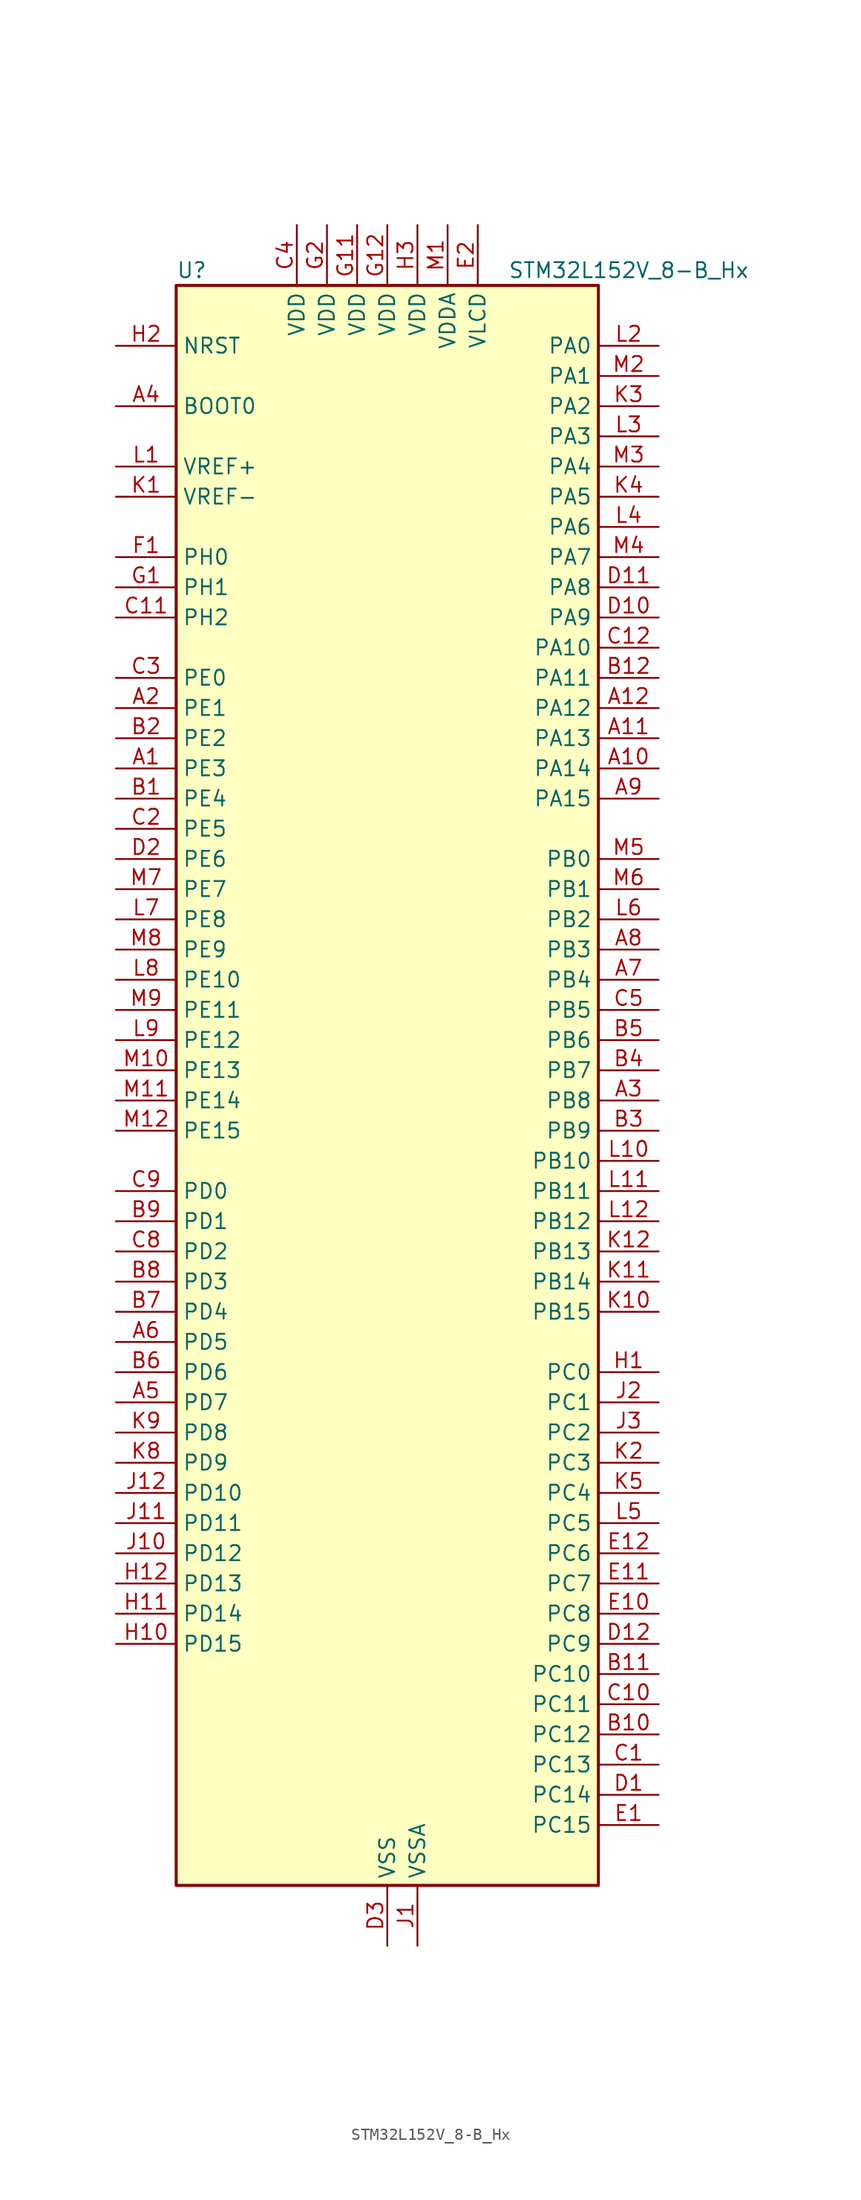
<source format=kicad_sym>
(kicad_symbol_lib
  (version 20241209)
  (generator "kicad_symbol_editor")
  (generator_version "9.0")
  (symbol "STM32L152V_8-B_Hx"
    (property "Reference" "U"
      (at -17.78 69.85 0)
      (effects (font (size 1.27 1.27)) (justify left)))
    (property "Value" "STM32L152V_8-B_Hx"
      (at 10.16 69.85 0)
      (effects (font (size 1.27 1.27)) (justify left)))
    (symbol "STM32L152V_8-B_Hx_0_1"
      (rectangle (start -17.78 -66.04) (end 17.78 68.58) (stroke (width 0.254) (type default)) (fill (type background))))
    (symbol "STM32L152V_8-B_Hx_1_1"
      (pin input line (at -22.86 63.5 0) (length 5.08) (name "NRST" (effects (font (size 1.27 1.27)))) (number "H2" (effects (font (size 1.27 1.27)))))
      (pin input line (at -22.86 58.42 0) (length 5.08) (name "BOOT0" (effects (font (size 1.27 1.27)))) (number "A4" (effects (font (size 1.27 1.27)))))
      (pin input line (at -22.86 53.34 0) (length 5.08) (name "VREF+" (effects (font (size 1.27 1.27)))) (number "L1" (effects (font (size 1.27 1.27)))))
      (pin input line (at -22.86 50.8 0) (length 5.08) (name "VREF-" (effects (font (size 1.27 1.27)))) (number "K1" (effects (font (size 1.27 1.27)))))
      (pin bidirectional line (at -22.86 45.72 0) (length 5.08) (name "PH0" (effects (font (size 1.27 1.27)))) (number "F1" (effects (font (size 1.27 1.27)))) (alternate "RCC_OSC_IN" bidirectional line))
      (pin bidirectional line (at -22.86 43.18 0) (length 5.08) (name "PH1" (effects (font (size 1.27 1.27)))) (number "G1" (effects (font (size 1.27 1.27)))) (alternate "RCC_OSC_OUT" bidirectional line))
      (pin bidirectional line (at -22.86 40.64 0) (length 5.08) (name "PH2" (effects (font (size 1.27 1.27)))) (number "C11" (effects (font (size 1.27 1.27)))))
      (pin bidirectional line (at -22.86 35.56 0) (length 5.08) (name "PE0" (effects (font (size 1.27 1.27)))) (number "C3" (effects (font (size 1.27 1.27)))) (alternate "LCD_SEG36" bidirectional line) (alternate "TIM10_CH1" bidirectional line) (alternate "TIM4_ETR" bidirectional line) (alternate "TIMX_IC1" bidirectional line))
      (pin bidirectional line (at -22.86 33.02 0) (length 5.08) (name "PE1" (effects (font (size 1.27 1.27)))) (number "A2" (effects (font (size 1.27 1.27)))) (alternate "LCD_SEG37" bidirectional line) (alternate "TIM11_CH1" bidirectional line) (alternate "TIMX_IC2" bidirectional line))
      (pin bidirectional line (at -22.86 30.48 0) (length 5.08) (name "PE2" (effects (font (size 1.27 1.27)))) (number "B2" (effects (font (size 1.27 1.27)))) (alternate "LCD_SEG38" bidirectional line) (alternate "SYS_TRACECK" bidirectional line) (alternate "TIM3_ETR" bidirectional line) (alternate "TIMX_IC3" bidirectional line))
      (pin bidirectional line (at -22.86 27.94 0) (length 5.08) (name "PE3" (effects (font (size 1.27 1.27)))) (number "A1" (effects (font (size 1.27 1.27)))) (alternate "LCD_SEG39" bidirectional line) (alternate "SYS_TRACED0" bidirectional line) (alternate "TIM3_CH1" bidirectional line) (alternate "TIMX_IC4" bidirectional line))
      (pin bidirectional line (at -22.86 25.4 0) (length 5.08) (name "PE4" (effects (font (size 1.27 1.27)))) (number "B1" (effects (font (size 1.27 1.27)))) (alternate "SYS_TRACED1" bidirectional line) (alternate "TIM3_CH2" bidirectional line) (alternate "TIMX_IC1" bidirectional line))
      (pin bidirectional line (at -22.86 22.86 0) (length 5.08) (name "PE5" (effects (font (size 1.27 1.27)))) (number "C2" (effects (font (size 1.27 1.27)))) (alternate "SYS_TRACED2" bidirectional line) (alternate "TIM9_CH1" bidirectional line) (alternate "TIMX_IC2" bidirectional line))
      (pin bidirectional line (at -22.86 20.32 0) (length 5.08) (name "PE6" (effects (font (size 1.27 1.27)))) (number "D2" (effects (font (size 1.27 1.27)))) (alternate "SYS_TRACED3" bidirectional line) (alternate "SYS_WKUP3" bidirectional line) (alternate "TIM9_CH2" bidirectional line) (alternate "TIMX_IC3" bidirectional line))
      (pin bidirectional line (at -22.86 17.78 0) (length 5.08) (name "PE7" (effects (font (size 1.27 1.27)))) (number "M7" (effects (font (size 1.27 1.27)))) (alternate "ADC_IN22" bidirectional line) (alternate "COMP1_INP" bidirectional line) (alternate "TIMX_IC4" bidirectional line))
      (pin bidirectional line (at -22.86 15.24 0) (length 5.08) (name "PE8" (effects (font (size 1.27 1.27)))) (number "L7" (effects (font (size 1.27 1.27)))) (alternate "ADC_IN23" bidirectional line) (alternate "COMP1_INP" bidirectional line) (alternate "TIMX_IC1" bidirectional line))
      (pin bidirectional line (at -22.86 12.7 0) (length 5.08) (name "PE9" (effects (font (size 1.27 1.27)))) (number "M8" (effects (font (size 1.27 1.27)))) (alternate "ADC_IN24" bidirectional line) (alternate "COMP1_INP" bidirectional line) (alternate "DAC_EXTI9" bidirectional line) (alternate "TIM2_CH1" bidirectional line) (alternate "TIM2_ETR" bidirectional line) (alternate "TIMX_IC2" bidirectional line))
      (pin bidirectional line (at -22.86 10.16 0) (length 5.08) (name "PE10" (effects (font (size 1.27 1.27)))) (number "L8" (effects (font (size 1.27 1.27)))) (alternate "ADC_IN25" bidirectional line) (alternate "COMP1_INP" bidirectional line) (alternate "TIM2_CH2" bidirectional line) (alternate "TIMX_IC3" bidirectional line))
      (pin bidirectional line (at -22.86 7.62 0) (length 5.08) (name "PE11" (effects (font (size 1.27 1.27)))) (number "M9" (effects (font (size 1.27 1.27)))) (alternate "ADC_EXTI11" bidirectional line) (alternate "TIM2_CH3" bidirectional line) (alternate "TIMX_IC4" bidirectional line))
      (pin bidirectional line (at -22.86 5.08 0) (length 5.08) (name "PE12" (effects (font (size 1.27 1.27)))) (number "L9" (effects (font (size 1.27 1.27)))) (alternate "SPI1_NSS" bidirectional line) (alternate "TIM2_CH4" bidirectional line) (alternate "TIMX_IC1" bidirectional line))
      (pin bidirectional line (at -22.86 2.54 0) (length 5.08) (name "PE13" (effects (font (size 1.27 1.27)))) (number "M10" (effects (font (size 1.27 1.27)))) (alternate "SPI1_SCK" bidirectional line) (alternate "TIMX_IC2" bidirectional line))
      (pin bidirectional line (at -22.86 0 0) (length 5.08) (name "PE14" (effects (font (size 1.27 1.27)))) (number "M11" (effects (font (size 1.27 1.27)))) (alternate "SPI1_MISO" bidirectional line) (alternate "TIMX_IC3" bidirectional line))
      (pin bidirectional line (at -22.86 -2.54 0) (length 5.08) (name "PE15" (effects (font (size 1.27 1.27)))) (number "M12" (effects (font (size 1.27 1.27)))) (alternate "ADC_EXTI15" bidirectional line) (alternate "SPI1_MOSI" bidirectional line) (alternate "TIMX_IC4" bidirectional line))
      (pin bidirectional line (at -22.86 -7.62 0) (length 5.08) (name "PD0" (effects (font (size 1.27 1.27)))) (number "C9" (effects (font (size 1.27 1.27)))) (alternate "SPI2_NSS" bidirectional line) (alternate "TIM9_CH1" bidirectional line) (alternate "TIMX_IC1" bidirectional line))
      (pin bidirectional line (at -22.86 -10.16 0) (length 5.08) (name "PD1" (effects (font (size 1.27 1.27)))) (number "B9" (effects (font (size 1.27 1.27)))) (alternate "SPI2_SCK" bidirectional line) (alternate "TIMX_IC2" bidirectional line))
      (pin bidirectional line (at -22.86 -12.7 0) (length 5.08) (name "PD2" (effects (font (size 1.27 1.27)))) (number "C8" (effects (font (size 1.27 1.27)))) (alternate "LCD_COM7" bidirectional line) (alternate "LCD_SEG31" bidirectional line) (alternate "LCD_SEG43" bidirectional line) (alternate "TIM3_ETR" bidirectional line) (alternate "TIMX_IC3" bidirectional line))
      (pin bidirectional line (at -22.86 -15.24 0) (length 5.08) (name "PD3" (effects (font (size 1.27 1.27)))) (number "B8" (effects (font (size 1.27 1.27)))) (alternate "SPI2_MISO" bidirectional line) (alternate "TIMX_IC4" bidirectional line) (alternate "USART2_CTS" bidirectional line))
      (pin bidirectional line (at -22.86 -17.78 0) (length 5.08) (name "PD4" (effects (font (size 1.27 1.27)))) (number "B7" (effects (font (size 1.27 1.27)))) (alternate "SPI2_MOSI" bidirectional line) (alternate "TIMX_IC1" bidirectional line) (alternate "USART2_RTS" bidirectional line))
      (pin bidirectional line (at -22.86 -20.32 0) (length 5.08) (name "PD5" (effects (font (size 1.27 1.27)))) (number "A6" (effects (font (size 1.27 1.27)))) (alternate "TIMX_IC2" bidirectional line) (alternate "USART2_TX" bidirectional line))
      (pin bidirectional line (at -22.86 -22.86 0) (length 5.08) (name "PD6" (effects (font (size 1.27 1.27)))) (number "B6" (effects (font (size 1.27 1.27)))) (alternate "TIMX_IC3" bidirectional line) (alternate "USART2_RX" bidirectional line))
      (pin bidirectional line (at -22.86 -25.4 0) (length 5.08) (name "PD7" (effects (font (size 1.27 1.27)))) (number "A5" (effects (font (size 1.27 1.27)))) (alternate "TIM9_CH2" bidirectional line) (alternate "TIMX_IC4" bidirectional line) (alternate "USART2_CK" bidirectional line))
      (pin bidirectional line (at -22.86 -27.94 0) (length 5.08) (name "PD8" (effects (font (size 1.27 1.27)))) (number "K9" (effects (font (size 1.27 1.27)))) (alternate "LCD_SEG28" bidirectional line) (alternate "TIMX_IC1" bidirectional line) (alternate "USART3_TX" bidirectional line))
      (pin bidirectional line (at -22.86 -30.48 0) (length 5.08) (name "PD9" (effects (font (size 1.27 1.27)))) (number "K8" (effects (font (size 1.27 1.27)))) (alternate "DAC_EXTI9" bidirectional line) (alternate "LCD_SEG29" bidirectional line) (alternate "TIMX_IC2" bidirectional line) (alternate "USART3_RX" bidirectional line))
      (pin bidirectional line (at -22.86 -33.02 0) (length 5.08) (name "PD10" (effects (font (size 1.27 1.27)))) (number "J12" (effects (font (size 1.27 1.27)))) (alternate "LCD_SEG30" bidirectional line) (alternate "TIMX_IC3" bidirectional line) (alternate "USART3_CK" bidirectional line))
      (pin bidirectional line (at -22.86 -35.56 0) (length 5.08) (name "PD11" (effects (font (size 1.27 1.27)))) (number "J11" (effects (font (size 1.27 1.27)))) (alternate "ADC_EXTI11" bidirectional line) (alternate "LCD_SEG31" bidirectional line) (alternate "TIMX_IC4" bidirectional line) (alternate "USART3_CTS" bidirectional line))
      (pin bidirectional line (at -22.86 -38.1 0) (length 5.08) (name "PD12" (effects (font (size 1.27 1.27)))) (number "J10" (effects (font (size 1.27 1.27)))) (alternate "LCD_SEG32" bidirectional line) (alternate "TIM4_CH1" bidirectional line) (alternate "TIMX_IC1" bidirectional line) (alternate "USART3_RTS" bidirectional line))
      (pin bidirectional line (at -22.86 -40.64 0) (length 5.08) (name "PD13" (effects (font (size 1.27 1.27)))) (number "H12" (effects (font (size 1.27 1.27)))) (alternate "LCD_SEG33" bidirectional line) (alternate "TIM4_CH2" bidirectional line) (alternate "TIMX_IC2" bidirectional line))
      (pin bidirectional line (at -22.86 -43.18 0) (length 5.08) (name "PD14" (effects (font (size 1.27 1.27)))) (number "H11" (effects (font (size 1.27 1.27)))) (alternate "LCD_SEG34" bidirectional line) (alternate "TIM4_CH3" bidirectional line) (alternate "TIMX_IC3" bidirectional line))
      (pin bidirectional line (at -22.86 -45.72 0) (length 5.08) (name "PD15" (effects (font (size 1.27 1.27)))) (number "H10" (effects (font (size 1.27 1.27)))) (alternate "ADC_EXTI15" bidirectional line) (alternate "LCD_SEG35" bidirectional line) (alternate "TIM4_CH4" bidirectional line) (alternate "TIMX_IC4" bidirectional line))
      (pin power_in line (at -7.62 73.66 270) (length 5.08) (name "VDD" (effects (font (size 1.27 1.27)))) (number "C4" (effects (font (size 1.27 1.27)))))
      (pin power_in line (at -5.08 73.66 270) (length 5.08) (name "VDD" (effects (font (size 1.27 1.27)))) (number "G2" (effects (font (size 1.27 1.27)))))
      (pin power_in line (at -2.54 73.66 270) (length 5.08) (name "VDD" (effects (font (size 1.27 1.27)))) (number "G11" (effects (font (size 1.27 1.27)))))
      (pin power_in line (at 0 73.66 270) (length 5.08) (name "VDD" (effects (font (size 1.27 1.27)))) (number "G12" (effects (font (size 1.27 1.27)))))
      (pin power_in line (at 0 -71.12 90) (length 5.08) (name "VSS" (effects (font (size 1.27 1.27)))) (number "D3" (effects (font (size 1.27 1.27)))))
      (pin passive line (at 0 -71.12 90) (length 5.08) (hide yes) (name "VSS" (effects (font (size 1.27 1.27)))) (number "E3" (effects (font (size 1.27 1.27)))))
      (pin passive line (at 0 -71.12 90) (length 5.08) (hide yes) (name "VSS" (effects (font (size 1.27 1.27)))) (number "F11" (effects (font (size 1.27 1.27)))))
      (pin passive line (at 0 -71.12 90) (length 5.08) (hide yes) (name "VSS" (effects (font (size 1.27 1.27)))) (number "F12" (effects (font (size 1.27 1.27)))))
      (pin passive line (at 0 -71.12 90) (length 5.08) (hide yes) (name "VSS" (effects (font (size 1.27 1.27)))) (number "F2" (effects (font (size 1.27 1.27)))))
      (pin power_in line (at 2.54 73.66 270) (length 5.08) (name "VDD" (effects (font (size 1.27 1.27)))) (number "H3" (effects (font (size 1.27 1.27)))))
      (pin power_in line (at 2.54 -71.12 90) (length 5.08) (name "VSSA" (effects (font (size 1.27 1.27)))) (number "J1" (effects (font (size 1.27 1.27)))))
      (pin power_in line (at 5.08 73.66 270) (length 5.08) (name "VDDA" (effects (font (size 1.27 1.27)))) (number "M1" (effects (font (size 1.27 1.27)))))
      (pin power_in line (at 7.62 73.66 270) (length 5.08) (name "VLCD" (effects (font (size 1.27 1.27)))) (number "E2" (effects (font (size 1.27 1.27)))))
      (pin bidirectional line (at 22.86 63.5 180) (length 5.08) (name "PA0" (effects (font (size 1.27 1.27)))) (number "L2" (effects (font (size 1.27 1.27)))) (alternate "ADC_IN0" bidirectional line) (alternate "COMP1_INP" bidirectional line) (alternate "SYS_WKUP1" bidirectional line) (alternate "TIM2_CH1" bidirectional line) (alternate "TIM2_ETR" bidirectional line) (alternate "TIMX_IC1" bidirectional line) (alternate "TS_G1_IO1" bidirectional line) (alternate "USART2_CTS" bidirectional line))
      (pin bidirectional line (at 22.86 60.96 180) (length 5.08) (name "PA1" (effects (font (size 1.27 1.27)))) (number "M2" (effects (font (size 1.27 1.27)))) (alternate "ADC_IN1" bidirectional line) (alternate "COMP1_INP" bidirectional line) (alternate "LCD_SEG0" bidirectional line) (alternate "TIM2_CH2" bidirectional line) (alternate "TIMX_IC2" bidirectional line) (alternate "TS_G1_IO2" bidirectional line) (alternate "USART2_RTS" bidirectional line))
      (pin bidirectional line (at 22.86 58.42 180) (length 5.08) (name "PA2" (effects (font (size 1.27 1.27)))) (number "K3" (effects (font (size 1.27 1.27)))) (alternate "ADC_IN2" bidirectional line) (alternate "COMP1_INP" bidirectional line) (alternate "LCD_SEG1" bidirectional line) (alternate "TIM2_CH3" bidirectional line) (alternate "TIM9_CH1" bidirectional line) (alternate "TIMX_IC3" bidirectional line) (alternate "TS_G1_IO3" bidirectional line) (alternate "USART2_TX" bidirectional line))
      (pin bidirectional line (at 22.86 55.88 180) (length 5.08) (name "PA3" (effects (font (size 1.27 1.27)))) (number "L3" (effects (font (size 1.27 1.27)))) (alternate "ADC_IN3" bidirectional line) (alternate "COMP1_INP" bidirectional line) (alternate "LCD_SEG2" bidirectional line) (alternate "TIM2_CH4" bidirectional line) (alternate "TIM9_CH2" bidirectional line) (alternate "TIMX_IC4" bidirectional line) (alternate "TS_G1_IO4" bidirectional line) (alternate "USART2_RX" bidirectional line))
      (pin bidirectional line (at 22.86 53.34 180) (length 5.08) (name "PA4" (effects (font (size 1.27 1.27)))) (number "M3" (effects (font (size 1.27 1.27)))) (alternate "ADC_IN4" bidirectional line) (alternate "COMP1_INP" bidirectional line) (alternate "DAC_OUT1" bidirectional line) (alternate "SPI1_NSS" bidirectional line) (alternate "TIMX_IC1" bidirectional line) (alternate "USART2_CK" bidirectional line))
      (pin bidirectional line (at 22.86 50.8 180) (length 5.08) (name "PA5" (effects (font (size 1.27 1.27)))) (number "K4" (effects (font (size 1.27 1.27)))) (alternate "ADC_IN5" bidirectional line) (alternate "COMP1_INP" bidirectional line) (alternate "DAC_OUT2" bidirectional line) (alternate "SPI1_SCK" bidirectional line) (alternate "TIM2_CH1" bidirectional line) (alternate "TIM2_ETR" bidirectional line) (alternate "TIMX_IC2" bidirectional line))
      (pin bidirectional line (at 22.86 48.26 180) (length 5.08) (name "PA6" (effects (font (size 1.27 1.27)))) (number "L4" (effects (font (size 1.27 1.27)))) (alternate "ADC_IN6" bidirectional line) (alternate "COMP1_INP" bidirectional line) (alternate "LCD_SEG3" bidirectional line) (alternate "SPI1_MISO" bidirectional line) (alternate "TIM10_CH1" bidirectional line) (alternate "TIM3_CH1" bidirectional line) (alternate "TIMX_IC3" bidirectional line) (alternate "TS_G2_IO1" bidirectional line))
      (pin bidirectional line (at 22.86 45.72 180) (length 5.08) (name "PA7" (effects (font (size 1.27 1.27)))) (number "M4" (effects (font (size 1.27 1.27)))) (alternate "ADC_IN7" bidirectional line) (alternate "COMP1_INP" bidirectional line) (alternate "LCD_SEG4" bidirectional line) (alternate "SPI1_MOSI" bidirectional line) (alternate "TIM11_CH1" bidirectional line) (alternate "TIM3_CH2" bidirectional line) (alternate "TIMX_IC4" bidirectional line) (alternate "TS_G2_IO2" bidirectional line))
      (pin bidirectional line (at 22.86 43.18 180) (length 5.08) (name "PA8" (effects (font (size 1.27 1.27)))) (number "D11" (effects (font (size 1.27 1.27)))) (alternate "LCD_COM0" bidirectional line) (alternate "RCC_MCO" bidirectional line) (alternate "TIMX_IC1" bidirectional line) (alternate "TS_G4_IO1" bidirectional line) (alternate "USART1_CK" bidirectional line))
      (pin bidirectional line (at 22.86 40.64 180) (length 5.08) (name "PA9" (effects (font (size 1.27 1.27)))) (number "D10" (effects (font (size 1.27 1.27)))) (alternate "DAC_EXTI9" bidirectional line) (alternate "LCD_COM1" bidirectional line) (alternate "TIMX_IC2" bidirectional line) (alternate "TS_G4_IO2" bidirectional line) (alternate "USART1_TX" bidirectional line))
      (pin bidirectional line (at 22.86 38.1 180) (length 5.08) (name "PA10" (effects (font (size 1.27 1.27)))) (number "C12" (effects (font (size 1.27 1.27)))) (alternate "LCD_COM2" bidirectional line) (alternate "TIMX_IC3" bidirectional line) (alternate "TS_G4_IO3" bidirectional line) (alternate "USART1_RX" bidirectional line))
      (pin bidirectional line (at 22.86 35.56 180) (length 5.08) (name "PA11" (effects (font (size 1.27 1.27)))) (number "B12" (effects (font (size 1.27 1.27)))) (alternate "ADC_EXTI11" bidirectional line) (alternate "SPI1_MISO" bidirectional line) (alternate "TIMX_IC4" bidirectional line) (alternate "USART1_CTS" bidirectional line) (alternate "USB_DM" bidirectional line))
      (pin bidirectional line (at 22.86 33.02 180) (length 5.08) (name "PA12" (effects (font (size 1.27 1.27)))) (number "A12" (effects (font (size 1.27 1.27)))) (alternate "SPI1_MOSI" bidirectional line) (alternate "TIMX_IC1" bidirectional line) (alternate "USART1_RTS" bidirectional line) (alternate "USB_DP" bidirectional line))
      (pin bidirectional line (at 22.86 30.48 180) (length 5.08) (name "PA13" (effects (font (size 1.27 1.27)))) (number "A11" (effects (font (size 1.27 1.27)))) (alternate "SYS_JTMS-SWDIO" bidirectional line) (alternate "TIMX_IC2" bidirectional line) (alternate "TS_G5_IO1" bidirectional line))
      (pin bidirectional line (at 22.86 27.94 180) (length 5.08) (name "PA14" (effects (font (size 1.27 1.27)))) (number "A10" (effects (font (size 1.27 1.27)))) (alternate "SYS_JTCK-SWCLK" bidirectional line) (alternate "TIMX_IC3" bidirectional line) (alternate "TS_G5_IO2" bidirectional line))
      (pin bidirectional line (at 22.86 25.4 180) (length 5.08) (name "PA15" (effects (font (size 1.27 1.27)))) (number "A9" (effects (font (size 1.27 1.27)))) (alternate "ADC_EXTI15" bidirectional line) (alternate "LCD_SEG17" bidirectional line) (alternate "SPI1_NSS" bidirectional line) (alternate "SYS_JTDI" bidirectional line) (alternate "TIM2_CH1" bidirectional line) (alternate "TIM2_ETR" bidirectional line) (alternate "TIMX_IC4" bidirectional line) (alternate "TS_G5_IO3" bidirectional line))
      (pin bidirectional line (at 22.86 20.32 180) (length 5.08) (name "PB0" (effects (font (size 1.27 1.27)))) (number "M5" (effects (font (size 1.27 1.27)))) (alternate "ADC_IN8" bidirectional line) (alternate "COMP1_INP" bidirectional line) (alternate "LCD_SEG5" bidirectional line) (alternate "SYS_V_REF_OUT" bidirectional line) (alternate "TIM3_CH3" bidirectional line) (alternate "TS_G3_IO1" bidirectional line))
      (pin bidirectional line (at 22.86 17.78 180) (length 5.08) (name "PB1" (effects (font (size 1.27 1.27)))) (number "M6" (effects (font (size 1.27 1.27)))) (alternate "ADC_IN9" bidirectional line) (alternate "COMP1_INP" bidirectional line) (alternate "LCD_SEG6" bidirectional line) (alternate "SYS_V_REF_OUT" bidirectional line) (alternate "TIM3_CH4" bidirectional line) (alternate "TS_G3_IO2" bidirectional line))
      (pin bidirectional line (at 22.86 15.24 180) (length 5.08) (name "PB2" (effects (font (size 1.27 1.27)))) (number "L6" (effects (font (size 1.27 1.27)))))
      (pin bidirectional line (at 22.86 12.7 180) (length 5.08) (name "PB3" (effects (font (size 1.27 1.27)))) (number "A8" (effects (font (size 1.27 1.27)))) (alternate "COMP2_INM" bidirectional line) (alternate "LCD_SEG7" bidirectional line) (alternate "SPI1_SCK" bidirectional line) (alternate "SYS_JTDO-TRACESWO" bidirectional line) (alternate "TIM2_CH2" bidirectional line))
      (pin bidirectional line (at 22.86 10.16 180) (length 5.08) (name "PB4" (effects (font (size 1.27 1.27)))) (number "A7" (effects (font (size 1.27 1.27)))) (alternate "COMP2_INP" bidirectional line) (alternate "LCD_SEG8" bidirectional line) (alternate "SPI1_MISO" bidirectional line) (alternate "SYS_JTRST" bidirectional line) (alternate "TIM3_CH1" bidirectional line) (alternate "TS_G6_IO1" bidirectional line))
      (pin bidirectional line (at 22.86 7.62 180) (length 5.08) (name "PB5" (effects (font (size 1.27 1.27)))) (number "C5" (effects (font (size 1.27 1.27)))) (alternate "COMP2_INP" bidirectional line) (alternate "I2C1_SMBA" bidirectional line) (alternate "LCD_SEG9" bidirectional line) (alternate "SPI1_MOSI" bidirectional line) (alternate "TIM3_CH2" bidirectional line) (alternate "TS_G6_IO2" bidirectional line))
      (pin bidirectional line (at 22.86 5.08 180) (length 5.08) (name "PB6" (effects (font (size 1.27 1.27)))) (number "B5" (effects (font (size 1.27 1.27)))) (alternate "I2C1_SCL" bidirectional line) (alternate "TIM4_CH1" bidirectional line) (alternate "USART1_TX" bidirectional line))
      (pin bidirectional line (at 22.86 2.54 180) (length 5.08) (name "PB7" (effects (font (size 1.27 1.27)))) (number "B4" (effects (font (size 1.27 1.27)))) (alternate "I2C1_SDA" bidirectional line) (alternate "SYS_PVD_IN" bidirectional line) (alternate "TIM4_CH2" bidirectional line) (alternate "USART1_RX" bidirectional line))
      (pin bidirectional line (at 22.86 0 180) (length 5.08) (name "PB8" (effects (font (size 1.27 1.27)))) (number "A3" (effects (font (size 1.27 1.27)))) (alternate "I2C1_SCL" bidirectional line) (alternate "LCD_SEG16" bidirectional line) (alternate "TIM10_CH1" bidirectional line) (alternate "TIM4_CH3" bidirectional line))
      (pin bidirectional line (at 22.86 -2.54 180) (length 5.08) (name "PB9" (effects (font (size 1.27 1.27)))) (number "B3" (effects (font (size 1.27 1.27)))) (alternate "DAC_EXTI9" bidirectional line) (alternate "I2C1_SDA" bidirectional line) (alternate "LCD_COM3" bidirectional line) (alternate "TIM11_CH1" bidirectional line) (alternate "TIM4_CH4" bidirectional line))
      (pin bidirectional line (at 22.86 -5.08 180) (length 5.08) (name "PB10" (effects (font (size 1.27 1.27)))) (number "L10" (effects (font (size 1.27 1.27)))) (alternate "I2C2_SCL" bidirectional line) (alternate "LCD_SEG10" bidirectional line) (alternate "TIM2_CH3" bidirectional line) (alternate "USART3_TX" bidirectional line))
      (pin bidirectional line (at 22.86 -7.62 180) (length 5.08) (name "PB11" (effects (font (size 1.27 1.27)))) (number "L11" (effects (font (size 1.27 1.27)))) (alternate "ADC_EXTI11" bidirectional line) (alternate "I2C2_SDA" bidirectional line) (alternate "LCD_SEG11" bidirectional line) (alternate "TIM2_CH4" bidirectional line) (alternate "USART3_RX" bidirectional line))
      (pin bidirectional line (at 22.86 -10.16 180) (length 5.08) (name "PB12" (effects (font (size 1.27 1.27)))) (number "L12" (effects (font (size 1.27 1.27)))) (alternate "ADC_IN18" bidirectional line) (alternate "COMP1_INP" bidirectional line) (alternate "I2C2_SMBA" bidirectional line) (alternate "LCD_SEG12" bidirectional line) (alternate "SPI2_NSS" bidirectional line) (alternate "TIM10_CH1" bidirectional line) (alternate "TS_G7_IO1" bidirectional line) (alternate "USART3_CK" bidirectional line))
      (pin bidirectional line (at 22.86 -12.7 180) (length 5.08) (name "PB13" (effects (font (size 1.27 1.27)))) (number "K12" (effects (font (size 1.27 1.27)))) (alternate "ADC_IN19" bidirectional line) (alternate "COMP1_INP" bidirectional line) (alternate "LCD_SEG13" bidirectional line) (alternate "SPI2_SCK" bidirectional line) (alternate "TIM9_CH1" bidirectional line) (alternate "TS_G7_IO2" bidirectional line) (alternate "USART3_CTS" bidirectional line))
      (pin bidirectional line (at 22.86 -15.24 180) (length 5.08) (name "PB14" (effects (font (size 1.27 1.27)))) (number "K11" (effects (font (size 1.27 1.27)))) (alternate "ADC_IN20" bidirectional line) (alternate "COMP1_INP" bidirectional line) (alternate "LCD_SEG14" bidirectional line) (alternate "SPI2_MISO" bidirectional line) (alternate "TIM9_CH2" bidirectional line) (alternate "TS_G7_IO3" bidirectional line) (alternate "USART3_RTS" bidirectional line))
      (pin bidirectional line (at 22.86 -17.78 180) (length 5.08) (name "PB15" (effects (font (size 1.27 1.27)))) (number "K10" (effects (font (size 1.27 1.27)))) (alternate "ADC_EXTI15" bidirectional line) (alternate "ADC_IN21" bidirectional line) (alternate "COMP1_INP" bidirectional line) (alternate "LCD_SEG15" bidirectional line) (alternate "RTC_REFIN" bidirectional line) (alternate "SPI2_MOSI" bidirectional line) (alternate "TIM11_CH1" bidirectional line) (alternate "TS_G7_IO4" bidirectional line))
      (pin bidirectional line (at 22.86 -22.86 180) (length 5.08) (name "PC0" (effects (font (size 1.27 1.27)))) (number "H1" (effects (font (size 1.27 1.27)))) (alternate "ADC_IN10" bidirectional line) (alternate "COMP1_INP" bidirectional line) (alternate "LCD_SEG18" bidirectional line) (alternate "TIMX_IC1" bidirectional line) (alternate "TS_G8_IO1" bidirectional line))
      (pin bidirectional line (at 22.86 -25.4 180) (length 5.08) (name "PC1" (effects (font (size 1.27 1.27)))) (number "J2" (effects (font (size 1.27 1.27)))) (alternate "ADC_IN11" bidirectional line) (alternate "COMP1_INP" bidirectional line) (alternate "LCD_SEG19" bidirectional line) (alternate "TIMX_IC2" bidirectional line) (alternate "TS_G8_IO2" bidirectional line))
      (pin bidirectional line (at 22.86 -27.94 180) (length 5.08) (name "PC2" (effects (font (size 1.27 1.27)))) (number "J3" (effects (font (size 1.27 1.27)))) (alternate "ADC_IN12" bidirectional line) (alternate "COMP1_INP" bidirectional line) (alternate "LCD_SEG20" bidirectional line) (alternate "TIMX_IC3" bidirectional line) (alternate "TS_G8_IO3" bidirectional line))
      (pin bidirectional line (at 22.86 -30.48 180) (length 5.08) (name "PC3" (effects (font (size 1.27 1.27)))) (number "K2" (effects (font (size 1.27 1.27)))) (alternate "ADC_IN13" bidirectional line) (alternate "COMP1_INP" bidirectional line) (alternate "LCD_SEG21" bidirectional line) (alternate "TIMX_IC4" bidirectional line) (alternate "TS_G8_IO4" bidirectional line))
      (pin bidirectional line (at 22.86 -33.02 180) (length 5.08) (name "PC4" (effects (font (size 1.27 1.27)))) (number "K5" (effects (font (size 1.27 1.27)))) (alternate "ADC_IN14" bidirectional line) (alternate "COMP1_INP" bidirectional line) (alternate "LCD_SEG22" bidirectional line) (alternate "TIMX_IC1" bidirectional line) (alternate "TS_G9_IO1" bidirectional line))
      (pin bidirectional line (at 22.86 -35.56 180) (length 5.08) (name "PC5" (effects (font (size 1.27 1.27)))) (number "L5" (effects (font (size 1.27 1.27)))) (alternate "ADC_IN15" bidirectional line) (alternate "COMP1_INP" bidirectional line) (alternate "LCD_SEG23" bidirectional line) (alternate "TIMX_IC2" bidirectional line) (alternate "TS_G9_IO2" bidirectional line))
      (pin bidirectional line (at 22.86 -38.1 180) (length 5.08) (name "PC6" (effects (font (size 1.27 1.27)))) (number "E12" (effects (font (size 1.27 1.27)))) (alternate "LCD_SEG24" bidirectional line) (alternate "TIM3_CH1" bidirectional line) (alternate "TIMX_IC3" bidirectional line) (alternate "TS_G10_IO1" bidirectional line))
      (pin bidirectional line (at 22.86 -40.64 180) (length 5.08) (name "PC7" (effects (font (size 1.27 1.27)))) (number "E11" (effects (font (size 1.27 1.27)))) (alternate "LCD_SEG25" bidirectional line) (alternate "TIM3_CH2" bidirectional line) (alternate "TIMX_IC4" bidirectional line) (alternate "TS_G10_IO2" bidirectional line))
      (pin bidirectional line (at 22.86 -43.18 180) (length 5.08) (name "PC8" (effects (font (size 1.27 1.27)))) (number "E10" (effects (font (size 1.27 1.27)))) (alternate "LCD_SEG26" bidirectional line) (alternate "TIM3_CH3" bidirectional line) (alternate "TIMX_IC1" bidirectional line) (alternate "TS_G10_IO3" bidirectional line))
      (pin bidirectional line (at 22.86 -45.72 180) (length 5.08) (name "PC9" (effects (font (size 1.27 1.27)))) (number "D12" (effects (font (size 1.27 1.27)))) (alternate "DAC_EXTI9" bidirectional line) (alternate "LCD_SEG27" bidirectional line) (alternate "TIM3_CH4" bidirectional line) (alternate "TIMX_IC2" bidirectional line) (alternate "TS_G10_IO4" bidirectional line))
      (pin bidirectional line (at 22.86 -48.26 180) (length 5.08) (name "PC10" (effects (font (size 1.27 1.27)))) (number "B11" (effects (font (size 1.27 1.27)))) (alternate "LCD_COM4" bidirectional line) (alternate "LCD_SEG28" bidirectional line) (alternate "LCD_SEG40" bidirectional line) (alternate "TIMX_IC3" bidirectional line) (alternate "USART3_TX" bidirectional line))
      (pin bidirectional line (at 22.86 -50.8 180) (length 5.08) (name "PC11" (effects (font (size 1.27 1.27)))) (number "C10" (effects (font (size 1.27 1.27)))) (alternate "ADC_EXTI11" bidirectional line) (alternate "LCD_COM5" bidirectional line) (alternate "LCD_SEG29" bidirectional line) (alternate "LCD_SEG41" bidirectional line) (alternate "TIMX_IC4" bidirectional line) (alternate "USART3_RX" bidirectional line))
      (pin bidirectional line (at 22.86 -53.34 180) (length 5.08) (name "PC12" (effects (font (size 1.27 1.27)))) (number "B10" (effects (font (size 1.27 1.27)))) (alternate "LCD_COM6" bidirectional line) (alternate "LCD_SEG30" bidirectional line) (alternate "LCD_SEG42" bidirectional line) (alternate "TIMX_IC1" bidirectional line) (alternate "USART3_CK" bidirectional line))
      (pin bidirectional line (at 22.86 -55.88 180) (length 5.08) (name "PC13" (effects (font (size 1.27 1.27)))) (number "C1" (effects (font (size 1.27 1.27)))) (alternate "RTC_OUT_ALARM" bidirectional line) (alternate "RTC_OUT_CALIB" bidirectional line) (alternate "RTC_TAMP1" bidirectional line) (alternate "RTC_TS" bidirectional line) (alternate "SYS_WKUP2" bidirectional line) (alternate "TIMX_IC2" bidirectional line))
      (pin bidirectional line (at 22.86 -58.42 180) (length 5.08) (name "PC14" (effects (font (size 1.27 1.27)))) (number "D1" (effects (font (size 1.27 1.27)))) (alternate "RCC_OSC32_IN" bidirectional line) (alternate "TIMX_IC3" bidirectional line))
      (pin bidirectional line (at 22.86 -60.96 180) (length 5.08) (name "PC15" (effects (font (size 1.27 1.27)))) (number "E1" (effects (font (size 1.27 1.27)))) (alternate "ADC_EXTI15" bidirectional line) (alternate "RCC_OSC32_OUT" bidirectional line) (alternate "TIMX_IC4" bidirectional line)))))
</source>
